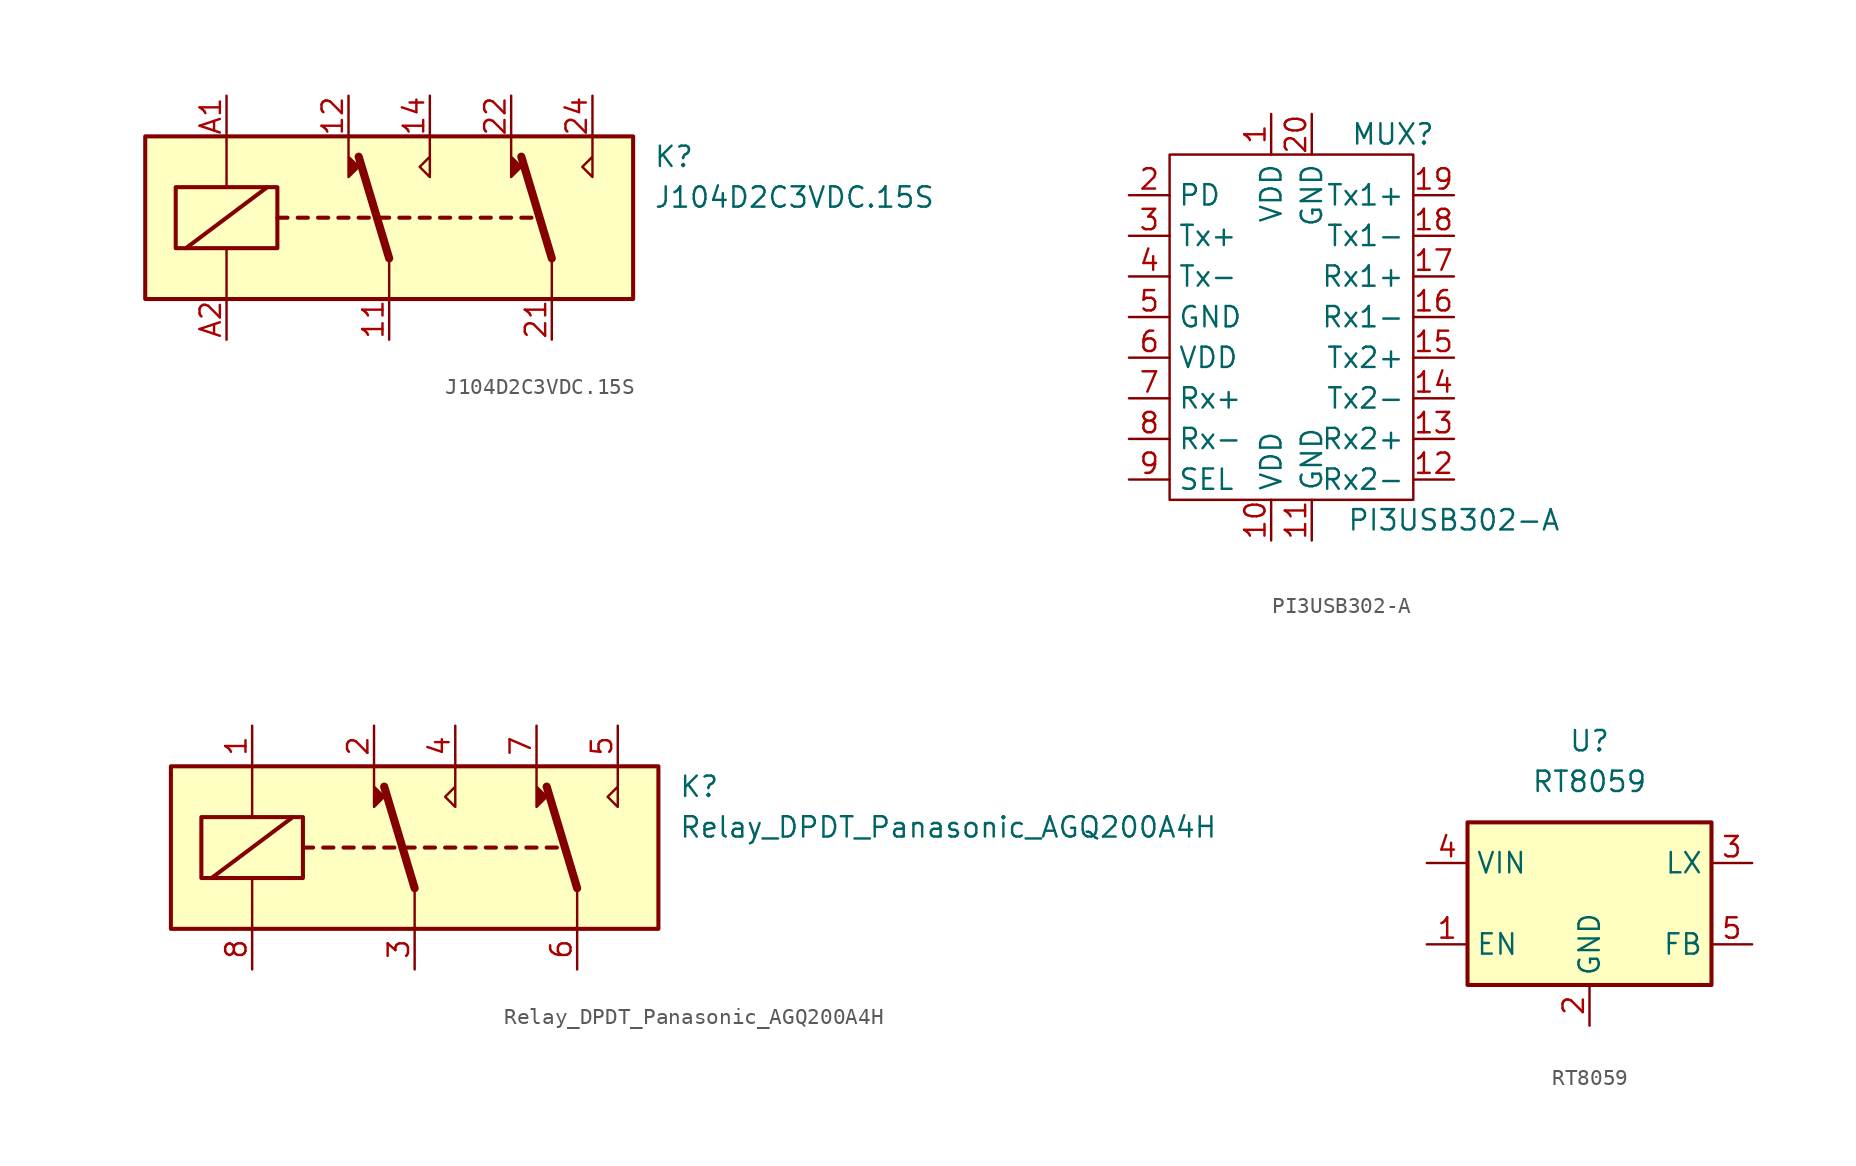
<source format=kicad_sym>
(kicad_symbol_lib
  (version 20211014)
  (generator kicad_symbol_editor)
  (symbol "J104D2C3VDC.15S"
    (property "Reference" "K"
      (at 16.51 3.81 0)
      (effects (font (size 1.27 1.27)) (justify left)))
    (property "Value" "J104D2C3VDC.15S"
      (at 16.51 1.27 0)
      (effects (font (size 1.27 1.27)) (justify left)))
    (symbol "J104D2C3VDC.15S_0_0"
      (polyline (pts (xy -2.54 5.08) (xy -2.54 2.54) (xy -1.905 3.175) (xy -2.54 3.81)) (stroke (width 0) (type default) (color 0 0 0 0)) (fill (type outline)))
      (polyline (pts (xy 2.54 5.08) (xy 2.54 2.54) (xy 1.905 3.175) (xy 2.54 3.81)) (stroke (width 0) (type default) (color 0 0 0 0)) (fill (type none)))
      (polyline (pts (xy 7.62 5.08) (xy 7.62 2.54) (xy 8.255 3.175) (xy 7.62 3.81)) (stroke (width 0) (type default) (color 0 0 0 0)) (fill (type outline)))
      (polyline (pts (xy 12.7 5.08) (xy 12.7 2.54) (xy 12.065 3.175) (xy 12.7 3.81)) (stroke (width 0) (type default) (color 0 0 0 0)) (fill (type none))))
    (symbol "J104D2C3VDC.15S_0_1"
      (rectangle (start -15.24 5.08) (end 15.24 -5.08) (stroke (width 0.254) (type default) (color 0 0 0 0)) (fill (type background)))
      (rectangle (start -13.335 1.905) (end -6.985 -1.905) (stroke (width 0.254) (type default) (color 0 0 0 0)) (fill (type none)))
      (polyline (pts (xy -12.7 -1.905) (xy -7.62 1.905)) (stroke (width 0.254) (type default) (color 0 0 0 0)) (fill (type none)))
      (polyline (pts (xy -10.16 -5.08) (xy -10.16 -1.905)) (stroke (width 0) (type default) (color 0 0 0 0)) (fill (type none)))
      (polyline (pts (xy -10.16 5.08) (xy -10.16 1.905)) (stroke (width 0) (type default) (color 0 0 0 0)) (fill (type none)))
      (polyline (pts (xy -6.985 0) (xy -6.35 0)) (stroke (width 0.254) (type default) (color 0 0 0 0)) (fill (type none)))
      (polyline (pts (xy -5.715 0) (xy -5.08 0)) (stroke (width 0.254) (type default) (color 0 0 0 0)) (fill (type none)))
      (polyline (pts (xy -4.445 0) (xy -3.81 0)) (stroke (width 0.254) (type default) (color 0 0 0 0)) (fill (type none)))
      (polyline (pts (xy -3.175 0) (xy -2.54 0)) (stroke (width 0.254) (type default) (color 0 0 0 0)) (fill (type none)))
      (polyline (pts (xy -1.905 0) (xy -1.27 0)) (stroke (width 0.254) (type default) (color 0 0 0 0)) (fill (type none)))
      (polyline (pts (xy -0.635 0) (xy 0 0)) (stroke (width 0.254) (type default) (color 0 0 0 0)) (fill (type none)))
      (polyline (pts (xy 0 -2.54) (xy -1.905 3.81)) (stroke (width 0.508) (type default) (color 0 0 0 0)) (fill (type none)))
      (polyline (pts (xy 0 -2.54) (xy 0 -5.08)) (stroke (width 0) (type default) (color 0 0 0 0)) (fill (type none)))
      (polyline (pts (xy 0.635 0) (xy 1.27 0)) (stroke (width 0.254) (type default) (color 0 0 0 0)) (fill (type none)))
      (polyline (pts (xy 1.905 0) (xy 2.54 0)) (stroke (width 0.254) (type default) (color 0 0 0 0)) (fill (type none)))
      (polyline (pts (xy 3.175 0) (xy 3.81 0)) (stroke (width 0.254) (type default) (color 0 0 0 0)) (fill (type none)))
      (polyline (pts (xy 4.445 0) (xy 5.08 0)) (stroke (width 0.254) (type default) (color 0 0 0 0)) (fill (type none)))
      (polyline (pts (xy 5.715 0) (xy 6.35 0)) (stroke (width 0.254) (type default) (color 0 0 0 0)) (fill (type none)))
      (polyline (pts (xy 6.985 0) (xy 7.62 0)) (stroke (width 0.254) (type default) (color 0 0 0 0)) (fill (type none)))
      (polyline (pts (xy 8.255 0) (xy 8.89 0)) (stroke (width 0.254) (type default) (color 0 0 0 0)) (fill (type none)))
      (polyline (pts (xy 10.16 -2.54) (xy 8.255 3.81)) (stroke (width 0.508) (type default) (color 0 0 0 0)) (fill (type none)))
      (polyline (pts (xy 10.16 -2.54) (xy 10.16 -5.08)) (stroke (width 0) (type default) (color 0 0 0 0)) (fill (type none))))
    (symbol "J104D2C3VDC.15S_1_1"
      (pin passive line (at 0 -7.62 90) (length 2.54) (name "~" (effects (font (size 1.27 1.27)))) (number "11" (effects (font (size 1.27 1.27)))))
      (pin passive line (at -2.54 7.62 270) (length 2.54) (name "~" (effects (font (size 1.27 1.27)))) (number "12" (effects (font (size 1.27 1.27)))))
      (pin passive line (at 2.54 7.62 270) (length 2.54) (name "~" (effects (font (size 1.27 1.27)))) (number "14" (effects (font (size 1.27 1.27)))))
      (pin passive line (at 10.16 -7.62 90) (length 2.54) (name "~" (effects (font (size 1.27 1.27)))) (number "21" (effects (font (size 1.27 1.27)))))
      (pin passive line (at 7.62 7.62 270) (length 2.54) (name "~" (effects (font (size 1.27 1.27)))) (number "22" (effects (font (size 1.27 1.27)))))
      (pin passive line (at 12.7 7.62 270) (length 2.54) (name "~" (effects (font (size 1.27 1.27)))) (number "24" (effects (font (size 1.27 1.27)))))
      (pin passive line (at -10.16 7.62 270) (length 2.54) (name "~" (effects (font (size 1.27 1.27)))) (number "A1" (effects (font (size 1.27 1.27)))))
      (pin passive line (at -10.16 -7.62 90) (length 2.54) (name "~" (effects (font (size 1.27 1.27)))) (number "A2" (effects (font (size 1.27 1.27)))))))
  (symbol "PI3USB302-A"
    (property "Reference" "MUX"
      (at 6.35 12.7 0)
      (effects (font (size 1.27 1.27))))
    (property "Value" "PI3USB302-A"
      (at 10.16 -11.43 0)
      (effects (font (size 1.27 1.27))))
    (symbol "PI3USB302-A_0_1"
      (rectangle (start -7.62 11.43) (end 7.62 -10.16) (stroke (width 0) (type default) (color 0 0 0 0)) (fill (type none))))
    (symbol "PI3USB302-A_1_1"
      (pin power_in line (at -1.27 13.97 270) (length 2.54) (name "VDD" (effects (font (size 1.27 1.27)))) (number "1" (effects (font (size 1.27 1.27)))))
      (pin power_in line (at -1.27 -12.7 90) (length 2.54) (name "VDD" (effects (font (size 1.27 1.27)))) (number "10" (effects (font (size 1.27 1.27)))))
      (pin passive line (at 1.27 -12.7 90) (length 2.54) (name "GND" (effects (font (size 1.27 1.27)))) (number "11" (effects (font (size 1.27 1.27)))))
      (pin passive line (at 10.16 -8.89 180) (length 2.54) (name "Rx2-" (effects (font (size 1.27 1.27)))) (number "12" (effects (font (size 1.27 1.27)))))
      (pin passive line (at 10.16 -6.35 180) (length 2.54) (name "Rx2+" (effects (font (size 1.27 1.27)))) (number "13" (effects (font (size 1.27 1.27)))))
      (pin passive line (at 10.16 -3.81 180) (length 2.54) (name "Tx2-" (effects (font (size 1.27 1.27)))) (number "14" (effects (font (size 1.27 1.27)))))
      (pin passive line (at 10.16 -1.27 180) (length 2.54) (name "Tx2+" (effects (font (size 1.27 1.27)))) (number "15" (effects (font (size 1.27 1.27)))))
      (pin passive line (at 10.16 1.27 180) (length 2.54) (name "Rx1-" (effects (font (size 1.27 1.27)))) (number "16" (effects (font (size 1.27 1.27)))))
      (pin passive line (at 10.16 3.81 180) (length 2.54) (name "Rx1+" (effects (font (size 1.27 1.27)))) (number "17" (effects (font (size 1.27 1.27)))))
      (pin passive line (at 10.16 6.35 180) (length 2.54) (name "Tx1-" (effects (font (size 1.27 1.27)))) (number "18" (effects (font (size 1.27 1.27)))))
      (pin passive line (at 10.16 8.89 180) (length 2.54) (name "Tx1+" (effects (font (size 1.27 1.27)))) (number "19" (effects (font (size 1.27 1.27)))))
      (pin input line (at -10.16 8.89 0) (length 2.54) (name "PD" (effects (font (size 1.27 1.27)))) (number "2" (effects (font (size 1.27 1.27)))))
      (pin passive line (at 1.27 13.97 270) (length 2.54) (name "GND" (effects (font (size 1.27 1.27)))) (number "20" (effects (font (size 1.27 1.27)))))
      (pin passive line (at -10.16 6.35 0) (length 2.54) (name "Tx+" (effects (font (size 1.27 1.27)))) (number "3" (effects (font (size 1.27 1.27)))))
      (pin passive line (at -10.16 3.81 0) (length 2.54) (name "Tx-" (effects (font (size 1.27 1.27)))) (number "4" (effects (font (size 1.27 1.27)))))
      (pin passive line (at -10.16 1.27 0) (length 2.54) (name "GND" (effects (font (size 1.27 1.27)))) (number "5" (effects (font (size 1.27 1.27)))))
      (pin power_in line (at -10.16 -1.27 0) (length 2.54) (name "VDD" (effects (font (size 1.27 1.27)))) (number "6" (effects (font (size 1.27 1.27)))))
      (pin input line (at -10.16 -3.81 0) (length 2.54) (name "Rx+" (effects (font (size 1.27 1.27)))) (number "7" (effects (font (size 1.27 1.27)))))
      (pin input line (at -10.16 -6.35 0) (length 2.54) (name "Rx-" (effects (font (size 1.27 1.27)))) (number "8" (effects (font (size 1.27 1.27)))))
      (pin input line (at -10.16 -8.89 0) (length 2.54) (name "SEL" (effects (font (size 1.27 1.27)))) (number "9" (effects (font (size 1.27 1.27)))))))
  (symbol "Relay_DPDT_Panasonic_AGQ200A4H"
    (property "Reference" "K"
      (at 16.51 3.81 0)
      (effects (font (size 1.27 1.27)) (justify left)))
    (property "Value" "Relay_DPDT_Panasonic_AGQ200A4H"
      (at 16.51 1.27 0)
      (effects (font (size 1.27 1.27)) (justify left)))
    (symbol "Relay_DPDT_Panasonic_AGQ200A4H_0_0"
      (polyline (pts (xy -2.54 5.08) (xy -2.54 2.54) (xy -1.905 3.175) (xy -2.54 3.81)) (stroke (width 0) (type default) (color 0 0 0 0)) (fill (type outline)))
      (polyline (pts (xy 2.54 5.08) (xy 2.54 2.54) (xy 1.905 3.175) (xy 2.54 3.81)) (stroke (width 0) (type default) (color 0 0 0 0)) (fill (type none)))
      (polyline (pts (xy 7.62 5.08) (xy 7.62 2.54) (xy 8.255 3.175) (xy 7.62 3.81)) (stroke (width 0) (type default) (color 0 0 0 0)) (fill (type outline)))
      (polyline (pts (xy 12.7 5.08) (xy 12.7 2.54) (xy 12.065 3.175) (xy 12.7 3.81)) (stroke (width 0) (type default) (color 0 0 0 0)) (fill (type none))))
    (symbol "Relay_DPDT_Panasonic_AGQ200A4H_0_1"
      (rectangle (start -15.24 5.08) (end 15.24 -5.08) (stroke (width 0.254) (type default) (color 0 0 0 0)) (fill (type background)))
      (rectangle (start -13.335 1.905) (end -6.985 -1.905) (stroke (width 0.254) (type default) (color 0 0 0 0)) (fill (type none)))
      (polyline (pts (xy -12.7 -1.905) (xy -7.62 1.905)) (stroke (width 0.254) (type default) (color 0 0 0 0)) (fill (type none)))
      (polyline (pts (xy -10.16 -5.08) (xy -10.16 -1.905)) (stroke (width 0) (type default) (color 0 0 0 0)) (fill (type none)))
      (polyline (pts (xy -10.16 5.08) (xy -10.16 1.905)) (stroke (width 0) (type default) (color 0 0 0 0)) (fill (type none)))
      (polyline (pts (xy -6.985 0) (xy -6.35 0)) (stroke (width 0.254) (type default) (color 0 0 0 0)) (fill (type none)))
      (polyline (pts (xy -5.715 0) (xy -5.08 0)) (stroke (width 0.254) (type default) (color 0 0 0 0)) (fill (type none)))
      (polyline (pts (xy -4.445 0) (xy -3.81 0)) (stroke (width 0.254) (type default) (color 0 0 0 0)) (fill (type none)))
      (polyline (pts (xy -3.175 0) (xy -2.54 0)) (stroke (width 0.254) (type default) (color 0 0 0 0)) (fill (type none)))
      (polyline (pts (xy -1.905 0) (xy -1.27 0)) (stroke (width 0.254) (type default) (color 0 0 0 0)) (fill (type none)))
      (polyline (pts (xy -0.635 0) (xy 0 0)) (stroke (width 0.254) (type default) (color 0 0 0 0)) (fill (type none)))
      (polyline (pts (xy 0 -2.54) (xy -1.905 3.81)) (stroke (width 0.508) (type default) (color 0 0 0 0)) (fill (type none)))
      (polyline (pts (xy 0 -2.54) (xy 0 -5.08)) (stroke (width 0) (type default) (color 0 0 0 0)) (fill (type none)))
      (polyline (pts (xy 0.635 0) (xy 1.27 0)) (stroke (width 0.254) (type default) (color 0 0 0 0)) (fill (type none)))
      (polyline (pts (xy 1.905 0) (xy 2.54 0)) (stroke (width 0.254) (type default) (color 0 0 0 0)) (fill (type none)))
      (polyline (pts (xy 3.175 0) (xy 3.81 0)) (stroke (width 0.254) (type default) (color 0 0 0 0)) (fill (type none)))
      (polyline (pts (xy 4.445 0) (xy 5.08 0)) (stroke (width 0.254) (type default) (color 0 0 0 0)) (fill (type none)))
      (polyline (pts (xy 5.715 0) (xy 6.35 0)) (stroke (width 0.254) (type default) (color 0 0 0 0)) (fill (type none)))
      (polyline (pts (xy 6.985 0) (xy 7.62 0)) (stroke (width 0.254) (type default) (color 0 0 0 0)) (fill (type none)))
      (polyline (pts (xy 8.255 0) (xy 8.89 0)) (stroke (width 0.254) (type default) (color 0 0 0 0)) (fill (type none)))
      (polyline (pts (xy 10.16 -2.54) (xy 8.255 3.81)) (stroke (width 0.508) (type default) (color 0 0 0 0)) (fill (type none)))
      (polyline (pts (xy 10.16 -2.54) (xy 10.16 -5.08)) (stroke (width 0) (type default) (color 0 0 0 0)) (fill (type none))))
    (symbol "Relay_DPDT_Panasonic_AGQ200A4H_1_1"
      (pin passive line (at -10.16 7.62 270) (length 2.54) (name "~" (effects (font (size 1.27 1.27)))) (number "1" (effects (font (size 1.27 1.27)))))
      (pin passive line (at -2.54 7.62 270) (length 2.54) (name "~" (effects (font (size 1.27 1.27)))) (number "2" (effects (font (size 1.27 1.27)))))
      (pin passive line (at 0 -7.62 90) (length 2.54) (name "~" (effects (font (size 1.27 1.27)))) (number "3" (effects (font (size 1.27 1.27)))))
      (pin passive line (at 2.54 7.62 270) (length 2.54) (name "~" (effects (font (size 1.27 1.27)))) (number "4" (effects (font (size 1.27 1.27)))))
      (pin passive line (at 12.7 7.62 270) (length 2.54) (name "~" (effects (font (size 1.27 1.27)))) (number "5" (effects (font (size 1.27 1.27)))))
      (pin passive line (at 10.16 -7.62 90) (length 2.54) (name "~" (effects (font (size 1.27 1.27)))) (number "6" (effects (font (size 1.27 1.27)))))
      (pin passive line (at 7.62 7.62 270) (length 2.54) (name "~" (effects (font (size 1.27 1.27)))) (number "7" (effects (font (size 1.27 1.27)))))
      (pin passive line (at -10.16 -7.62 90) (length 2.54) (name "~" (effects (font (size 1.27 1.27)))) (number "8" (effects (font (size 1.27 1.27)))))))
  (symbol "RT8059"
    (property "Reference" "U"
      (at 0 10.16 0)
      (effects (font (size 1.27 1.27))))
    (property "Value" "RT8059"
      (at 0 7.62 0)
      (effects (font (size 1.27 1.27))))
    (symbol "RT8059_0_1"
      (rectangle (start -7.62 5.08) (end 7.62 -5.08) (stroke (width 0.254) (type default) (color 0 0 0 0)) (fill (type background))))
    (symbol "RT8059_1_1"
      (pin input line (at -10.16 -2.54 0) (length 2.54) (name "EN" (effects (font (size 1.27 1.27)))) (number "1" (effects (font (size 1.27 1.27)))))
      (pin power_in line (at 0 -7.62 90) (length 2.54) (name "GND" (effects (font (size 1.27 1.27)))) (number "2" (effects (font (size 1.27 1.27)))))
      (pin power_out line (at 10.16 2.54 180) (length 2.54) (name "LX" (effects (font (size 1.27 1.27)))) (number "3" (effects (font (size 1.27 1.27)))))
      (pin power_in line (at -10.16 2.54 0) (length 2.54) (name "VIN" (effects (font (size 1.27 1.27)))) (number "4" (effects (font (size 1.27 1.27)))))
      (pin open_collector line (at 10.16 -2.54 180) (length 2.54) (name "FB" (effects (font (size 1.27 1.27)))) (number "5" (effects (font (size 1.27 1.27))))))))
</source>
